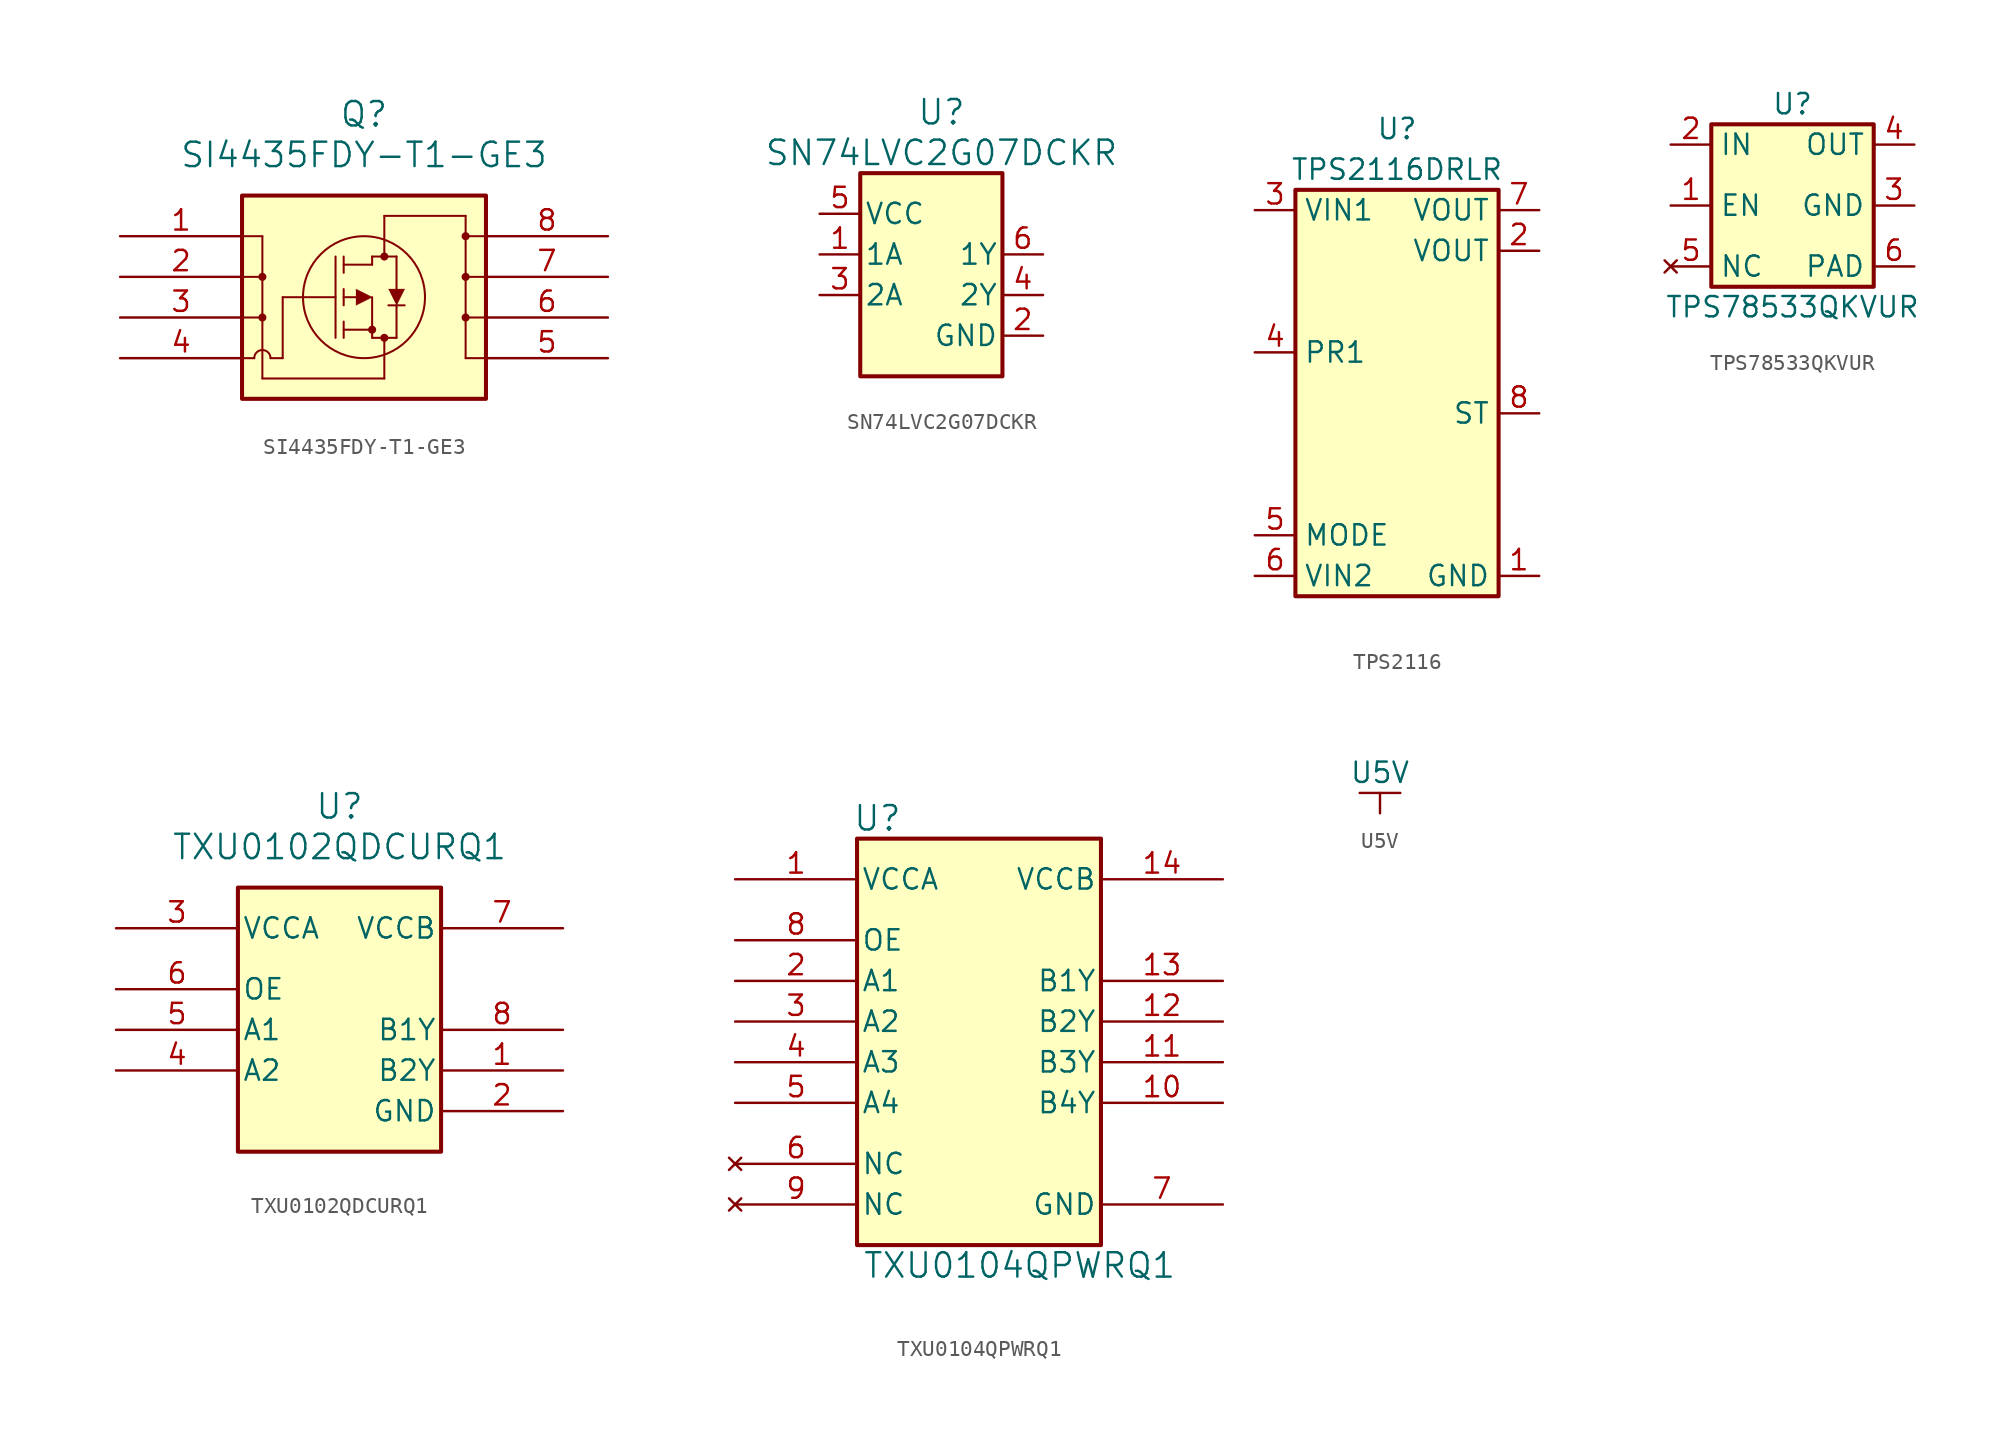
<source format=kicad_sym>
(kicad_symbol_lib
  (version 20220914)
  (generator kicad_symbol_editor)
  (symbol "SI4435FDY-T1-GE3"
    (pin_names
      (offset 0.254) hide)
    (property "Reference" "Q"
      (at 15.24 7.62 0)
      (effects (font (size 1.524 1.524))))
    (property "Value" "SI4435FDY-T1-GE3"
      (at 15.24 5.08 0)
      (effects (font (size 1.524 1.524))))
    (symbol "SI4435FDY-T1-GE3_0_1"
      (polyline (pts (xy 7.62 -7.62) (xy 8.382 -7.62)) (stroke (width 0.127) (type default)) (fill (type none)))
      (polyline (pts (xy 7.62 -5.08) (xy 8.89 -5.08)) (stroke (width 0.127) (type default)) (fill (type none)))
      (polyline (pts (xy 7.62 -2.54) (xy 8.89 -2.54)) (stroke (width 0.127) (type default)) (fill (type none)))
      (polyline (pts (xy 7.62 0) (xy 8.89 0)) (stroke (width 0.127) (type default)) (fill (type none)))
      (polyline (pts (xy 8.89 -8.89) (xy 16.51 -8.89)) (stroke (width 0.127) (type default)) (fill (type none)))
      (polyline (pts (xy 8.89 0) (xy 8.89 -8.89)) (stroke (width 0.127) (type default)) (fill (type none)))
      (polyline (pts (xy 10.16 -7.62) (xy 9.398 -7.62)) (stroke (width 0.127) (type default)) (fill (type none)))
      (polyline (pts (xy 10.16 -3.81) (xy 10.16 -7.62)) (stroke (width 0.127) (type default)) (fill (type none)))
      (polyline (pts (xy 10.16 -3.81) (xy 13.462 -3.81)) (stroke (width 0.127) (type default)) (fill (type none)))
      (polyline (pts (xy 13.462 -6.35) (xy 13.462 -1.27)) (stroke (width 0.127) (type default)) (fill (type none)))
      (polyline (pts (xy 13.97 -6.35) (xy 13.97 -5.334)) (stroke (width 0.127) (type default)) (fill (type none)))
      (polyline (pts (xy 13.97 -5.842) (xy 15.748 -5.842)) (stroke (width 0.127) (type default)) (fill (type none)))
      (polyline (pts (xy 13.97 -4.318) (xy 13.97 -3.302)) (stroke (width 0.127) (type default)) (fill (type none)))
      (polyline (pts (xy 13.97 -2.286) (xy 13.97 -1.27)) (stroke (width 0.127) (type default)) (fill (type none)))
      (polyline (pts (xy 13.97 -1.778) (xy 15.748 -1.778)) (stroke (width 0.127) (type default)) (fill (type none)))
      (polyline (pts (xy 14.732 -3.81) (xy 13.97 -3.81)) (stroke (width 0.127) (type default)) (fill (type none)))
      (polyline (pts (xy 15.748 -6.35) (xy 15.748 -3.81)) (stroke (width 0.127) (type default)) (fill (type none)))
      (polyline (pts (xy 15.748 -6.35) (xy 17.272 -6.35)) (stroke (width 0.127) (type default)) (fill (type none)))
      (polyline (pts (xy 15.748 -1.778) (xy 15.748 -1.27)) (stroke (width 0.127) (type default)) (fill (type none)))
      (polyline (pts (xy 15.748 -1.27) (xy 17.272 -1.27)) (stroke (width 0.127) (type default)) (fill (type none)))
      (polyline (pts (xy 16.51 -8.89) (xy 16.51 -6.35)) (stroke (width 0.127) (type default)) (fill (type none)))
      (polyline (pts (xy 16.51 1.27) (xy 16.51 -1.27)) (stroke (width 0.127) (type default)) (fill (type none)))
      (polyline (pts (xy 16.764 -4.318) (xy 17.78 -4.318)) (stroke (width 0.127) (type default)) (fill (type none)))
      (polyline (pts (xy 17.272 -6.35) (xy 17.272 -4.318)) (stroke (width 0.127) (type default)) (fill (type none)))
      (polyline (pts (xy 17.272 -3.302) (xy 17.272 -1.27)) (stroke (width 0.127) (type default)) (fill (type none)))
      (polyline (pts (xy 21.59 -7.62) (xy 21.59 1.27)) (stroke (width 0.127) (type default)) (fill (type none)))
      (polyline (pts (xy 21.59 1.27) (xy 16.51 1.27)) (stroke (width 0.127) (type default)) (fill (type none)))
      (polyline (pts (xy 22.86 -7.62) (xy 21.59 -7.62)) (stroke (width 0.127) (type default)) (fill (type none)))
      (polyline (pts (xy 22.86 -5.08) (xy 21.59 -5.08)) (stroke (width 0.127) (type default)) (fill (type none)))
      (polyline (pts (xy 22.86 -2.54) (xy 21.59 -2.54)) (stroke (width 0.127) (type default)) (fill (type none)))
      (polyline (pts (xy 22.86 0) (xy 21.59 0)) (stroke (width 0.127) (type default)) (fill (type none)))
      (polyline (pts (xy 14.732 -4.318) (xy 15.748 -3.81) (xy 14.732 -3.302)) (stroke (width 0.025) (type default)) (fill (type outline)))
      (polyline (pts (xy 16.764 -3.302) (xy 17.78 -3.302) (xy 17.272 -4.318)) (stroke (width 0.025) (type default)) (fill (type outline)))
      (circle (center 8.89 -5.08) (radius 0.127) (stroke (width 0.254) (type default)) (fill (type none)))
      (circle (center 8.89 -2.54) (radius 0.127) (stroke (width 0.254) (type default)) (fill (type none)))
      (arc (start 9.398 -7.62) (mid 8.89 -7.1142) (end 8.382 -7.62) (stroke (width 0.127) (type default)) (fill (type none)))
      (circle (center 15.24 -3.81) (radius 3.81) (stroke (width 0.127) (type default)) (fill (type none)))
      (circle (center 15.748 -5.842) (radius 0.127) (stroke (width 0.254) (type default)) (fill (type none)))
      (circle (center 16.51 -6.35) (radius 0.127) (stroke (width 0.254) (type default)) (fill (type none)))
      (circle (center 16.51 -1.27) (radius 0.127) (stroke (width 0.254) (type default)) (fill (type none)))
      (circle (center 21.59 -5.08) (radius 0.127) (stroke (width 0.254) (type default)) (fill (type none)))
      (circle (center 21.59 -2.54) (radius 0.127) (stroke (width 0.254) (type default)) (fill (type none)))
      (circle (center 21.59 0) (radius 0.127) (stroke (width 0.254) (type default)) (fill (type none)))
      (pin unspecified line (at 0 0 0) (length 7.62) (name "1" (effects (font (size 1.27 1.27)))) (number "1" (effects (font (size 1.27 1.27)))))
      (pin unspecified line (at 0 -2.54 0) (length 7.62) (name "2" (effects (font (size 1.27 1.27)))) (number "2" (effects (font (size 1.27 1.27)))))
      (pin unspecified line (at 0 -5.08 0) (length 7.62) (name "3" (effects (font (size 1.27 1.27)))) (number "3" (effects (font (size 1.27 1.27)))))
      (pin unspecified line (at 0 -7.62 0) (length 7.62) (name "4" (effects (font (size 1.27 1.27)))) (number "4" (effects (font (size 1.27 1.27)))))
      (pin unspecified line (at 30.48 -7.62 180) (length 7.62) (name "5" (effects (font (size 1.27 1.27)))) (number "5" (effects (font (size 1.27 1.27)))))
      (pin unspecified line (at 30.48 -5.08 180) (length 7.62) (name "6" (effects (font (size 1.27 1.27)))) (number "6" (effects (font (size 1.27 1.27)))))
      (pin unspecified line (at 30.48 -2.54 180) (length 7.62) (name "7" (effects (font (size 1.27 1.27)))) (number "7" (effects (font (size 1.27 1.27)))))
      (pin unspecified line (at 30.48 0 180) (length 7.62) (name "8" (effects (font (size 1.27 1.27)))) (number "8" (effects (font (size 1.27 1.27))))))
    (symbol "SI4435FDY-T1-GE3_1_1"
      (rectangle (start 7.62 2.54) (end 22.86 -10.16) (stroke (width 0.254) (type default)) (fill (type background)))))
  (symbol "SN74LVC2G07DCKR"
    (pin_names
      (offset 0.254))
    (property "Reference" "U"
      (at 0 10.16 0)
      (effects (font (size 1.524 1.524))))
    (property "Value" "SN74LVC2G07DCKR"
      (at 0 7.62 0)
      (effects (font (size 1.524 1.524))))
    (property "ki_locked" ""
      (at 0 0 0)
      (effects (font (size 1.27 1.27))))
    (symbol "SN74LVC2G07DCKR_1_1"
      (rectangle (start -5.08 6.35) (end 3.81 -6.35) (stroke (width 0.254) (type default)) (fill (type background)))
      (pin input line (at -7.62 1.27 0) (length 2.54) (name "1A" (effects (font (size 1.27 1.27)))) (number "1" (effects (font (size 1.27 1.27)))))
      (pin power_in line (at 6.35 -3.81 180) (length 2.54) (name "GND" (effects (font (size 1.27 1.27)))) (number "2" (effects (font (size 1.27 1.27)))))
      (pin input line (at -7.62 -1.27 0) (length 2.54) (name "2A" (effects (font (size 1.27 1.27)))) (number "3" (effects (font (size 1.27 1.27)))))
      (pin output line (at 6.35 -1.27 180) (length 2.54) (name "2Y" (effects (font (size 1.27 1.27)))) (number "4" (effects (font (size 1.27 1.27)))))
      (pin power_in line (at -7.62 3.81 0) (length 2.54) (name "VCC" (effects (font (size 1.27 1.27)))) (number "5" (effects (font (size 1.27 1.27)))))
      (pin output line (at 6.35 1.27 180) (length 2.54) (name "1Y" (effects (font (size 1.27 1.27)))) (number "6" (effects (font (size 1.27 1.27)))))))
  (symbol "TPS2116"
    (property "Reference" "U"
      (at 0 10.16 0)
      (effects (font (size 1.27 1.27))))
    (property "Value" "TPS2116DRLR"
      (at 0 7.62 0)
      (effects (font (size 1.27 1.27))))
    (symbol "TPS2116_1_1"
      (rectangle (start -6.35 6.35) (end 6.35 -19.05) (stroke (width 0.254) (type default)) (fill (type background)))
      (pin power_in line (at 8.89 -17.78 180) (length 2.54) (name "GND" (effects (font (size 1.27 1.27)))) (number "1" (effects (font (size 1.27 1.27)))))
      (pin power_out line (at 8.89 2.54 180) (length 2.54) (name "VOUT" (effects (font (size 1.27 1.27)))) (number "2" (effects (font (size 1.27 1.27)))))
      (pin power_in line (at -8.89 5.08 0) (length 2.54) (name "VIN1" (effects (font (size 1.27 1.27)))) (number "3" (effects (font (size 1.27 1.27)))))
      (pin input line (at -8.89 -3.81 0) (length 2.54) (name "PR1" (effects (font (size 1.27 1.27)))) (number "4" (effects (font (size 1.27 1.27)))))
      (pin input line (at -8.89 -15.24 0) (length 2.54) (name "MODE" (effects (font (size 1.27 1.27)))) (number "5" (effects (font (size 1.27 1.27)))))
      (pin power_in line (at -8.89 -17.78 0) (length 2.54) (name "VIN2" (effects (font (size 1.27 1.27)))) (number "6" (effects (font (size 1.27 1.27)))))
      (pin power_out line (at 8.89 5.08 180) (length 2.54) (name "VOUT" (effects (font (size 1.27 1.27)))) (number "7" (effects (font (size 1.27 1.27)))))
      (pin output line (at 8.89 -7.62 180) (length 2.54) (name "ST" (effects (font (size 1.27 1.27)))) (number "8" (effects (font (size 1.27 1.27)))))))
  (symbol "TPS78533QKVUR"
    (property "Reference" "U"
      (at 0 5.08 0)
      (effects (font (size 1.27 1.27))))
    (property "Value" "TPS78533QKVUR"
      (at 0 -7.62 0)
      (effects (font (size 1.27 1.27))))
    (symbol "TPS78533QKVUR_1_1"
      (rectangle (start -5.08 3.81) (end 5.08 -6.35) (stroke (width 0.254) (type default)) (fill (type background)))
      (pin input line (at -7.62 -1.27 0) (length 2.54) (name "EN" (effects (font (size 1.27 1.27)))) (number "1" (effects (font (size 1.27 1.27)))))
      (pin input line (at -7.62 2.54 0) (length 2.54) (name "IN" (effects (font (size 1.27 1.27)))) (number "2" (effects (font (size 1.27 1.27)))))
      (pin power_out line (at 7.62 -1.27 180) (length 2.54) (name "GND" (effects (font (size 1.27 1.27)))) (number "3" (effects (font (size 1.27 1.27)))))
      (pin power_out line (at 7.62 2.54 180) (length 2.54) (name "OUT" (effects (font (size 1.27 1.27)))) (number "4" (effects (font (size 1.27 1.27)))))
      (pin no_connect line (at -7.62 -5.08 0) (length 2.54) (name "NC" (effects (font (size 1.27 1.27)))) (number "5" (effects (font (size 1.27 1.27)))))
      (pin power_out line (at 7.62 -5.08 180) (length 2.54) (name "PAD" (effects (font (size 1.27 1.27)))) (number "6" (effects (font (size 1.27 1.27)))))))
  (symbol "TXU0102QDCURQ1"
    (pin_names
      (offset 0.254))
    (property "Reference" "U"
      (at 0 11.43 0)
      (effects (font (size 1.524 1.524))))
    (property "Value" "TXU0102QDCURQ1"
      (at 0 8.89 0)
      (effects (font (size 1.524 1.524))))
    (symbol "TXU0102QDCURQ1_0_1"
      (pin bidirectional line (at 13.97 -5.08 180) (length 7.62) (name "B2Y" (effects (font (size 1.27 1.27)))) (number "1" (effects (font (size 1.27 1.27)))))
      (pin power_out line (at 13.97 -7.62 180) (length 7.62) (name "GND" (effects (font (size 1.27 1.27)))) (number "2" (effects (font (size 1.27 1.27)))))
      (pin power_in line (at -13.97 3.81 0) (length 7.62) (name "VCCA" (effects (font (size 1.27 1.27)))) (number "3" (effects (font (size 1.27 1.27)))))
      (pin bidirectional line (at -13.97 -5.08 0) (length 7.62) (name "A2" (effects (font (size 1.27 1.27)))) (number "4" (effects (font (size 1.27 1.27)))))
      (pin unspecified line (at -13.97 0 0) (length 7.62) (name "OE" (effects (font (size 1.27 1.27)))) (number "6" (effects (font (size 1.27 1.27)))))
      (pin power_in line (at 13.97 3.81 180) (length 7.62) (name "VCCB" (effects (font (size 1.27 1.27)))) (number "7" (effects (font (size 1.27 1.27)))))
      (pin bidirectional line (at 13.97 -2.54 180) (length 7.62) (name "B1Y" (effects (font (size 1.27 1.27)))) (number "8" (effects (font (size 1.27 1.27))))))
    (symbol "TXU0102QDCURQ1_1_1"
      (rectangle (start -6.35 6.35) (end 6.35 -10.16) (stroke (width 0.254) (type default)) (fill (type background)))
      (pin bidirectional line (at -13.97 -2.54 0) (length 7.62) (name "A1" (effects (font (size 1.27 1.27)))) (number "5" (effects (font (size 1.27 1.27)))))))
  (symbol "TXU0104QPWRQ1"
    (pin_names
      (offset 0.254))
    (property "Reference" "U"
      (at -6.35 13.97 0)
      (effects (font (size 1.524 1.524))))
    (property "Value" "TXU0104QPWRQ1"
      (at 2.54 -13.97 0)
      (effects (font (size 1.524 1.524))))
    (symbol "TXU0104QPWRQ1_0_1"
      (pin power_in line (at -15.24 10.16 0) (length 7.62) (name "VCCA" (effects (font (size 1.27 1.27)))) (number "1" (effects (font (size 1.27 1.27)))))
      (pin bidirectional line (at 15.24 -3.81 180) (length 7.62) (name "B4Y" (effects (font (size 1.27 1.27)))) (number "10" (effects (font (size 1.27 1.27)))))
      (pin bidirectional line (at 15.24 -1.27 180) (length 7.62) (name "B3Y" (effects (font (size 1.27 1.27)))) (number "11" (effects (font (size 1.27 1.27)))))
      (pin bidirectional line (at 15.24 1.27 180) (length 7.62) (name "B2Y" (effects (font (size 1.27 1.27)))) (number "12" (effects (font (size 1.27 1.27)))))
      (pin bidirectional line (at 15.24 3.81 180) (length 7.62) (name "B1Y" (effects (font (size 1.27 1.27)))) (number "13" (effects (font (size 1.27 1.27)))))
      (pin power_in line (at 15.24 10.16 180) (length 7.62) (name "VCCB" (effects (font (size 1.27 1.27)))) (number "14" (effects (font (size 1.27 1.27)))))
      (pin bidirectional line (at -15.24 3.81 0) (length 7.62) (name "A1" (effects (font (size 1.27 1.27)))) (number "2" (effects (font (size 1.27 1.27)))))
      (pin bidirectional line (at -15.24 1.27 0) (length 7.62) (name "A2" (effects (font (size 1.27 1.27)))) (number "3" (effects (font (size 1.27 1.27)))))
      (pin bidirectional line (at -15.24 -1.27 0) (length 7.62) (name "A3" (effects (font (size 1.27 1.27)))) (number "4" (effects (font (size 1.27 1.27)))))
      (pin bidirectional line (at -15.24 -3.81 0) (length 7.62) (name "A4" (effects (font (size 1.27 1.27)))) (number "5" (effects (font (size 1.27 1.27)))))
      (pin no_connect line (at -15.24 -7.62 0) (length 7.62) (name "NC" (effects (font (size 1.27 1.27)))) (number "6" (effects (font (size 1.27 1.27)))))
      (pin power_out line (at 15.24 -10.16 180) (length 7.62) (name "GND" (effects (font (size 1.27 1.27)))) (number "7" (effects (font (size 1.27 1.27)))))
      (pin unspecified line (at -15.24 6.35 0) (length 7.62) (name "OE" (effects (font (size 1.27 1.27)))) (number "8" (effects (font (size 1.27 1.27)))))
      (pin no_connect line (at -15.24 -10.16 0) (length 7.62) (name "NC" (effects (font (size 1.27 1.27)))) (number "9" (effects (font (size 1.27 1.27))))))
    (symbol "TXU0104QPWRQ1_1_1"
      (rectangle (start -7.62 12.7) (end 7.62 -12.7) (stroke (width 0.254) (type default)) (fill (type background)))))
  (symbol "U5V"
    (power)
    (property "Reference" "#PWR"
      (at 0 2.54 0)
      (effects (font (size 1.27 1.27)) hide))
    (property "Value" "U5V"
      (at 0 0 0)
      (effects (font (size 1.27 1.27))))
    (symbol "U5V_0_1"
      (polyline (pts (xy -1.27 -1.27) (xy 1.27 -1.27)) (stroke (width 0) (type default)) (fill (type none)))
      (polyline (pts (xy 0 -1.27) (xy 0 -2.54)) (stroke (width 0) (type default)) (fill (type none))))
    (symbol "U5V_1_1"
      (pin power_in line (at 0 -2.54 90) (length 0) hide (name "U5V" (effects (font (size 1.27 1.27)))) (number "1" (effects (font (size 1.27 1.27))))))))
</source>
